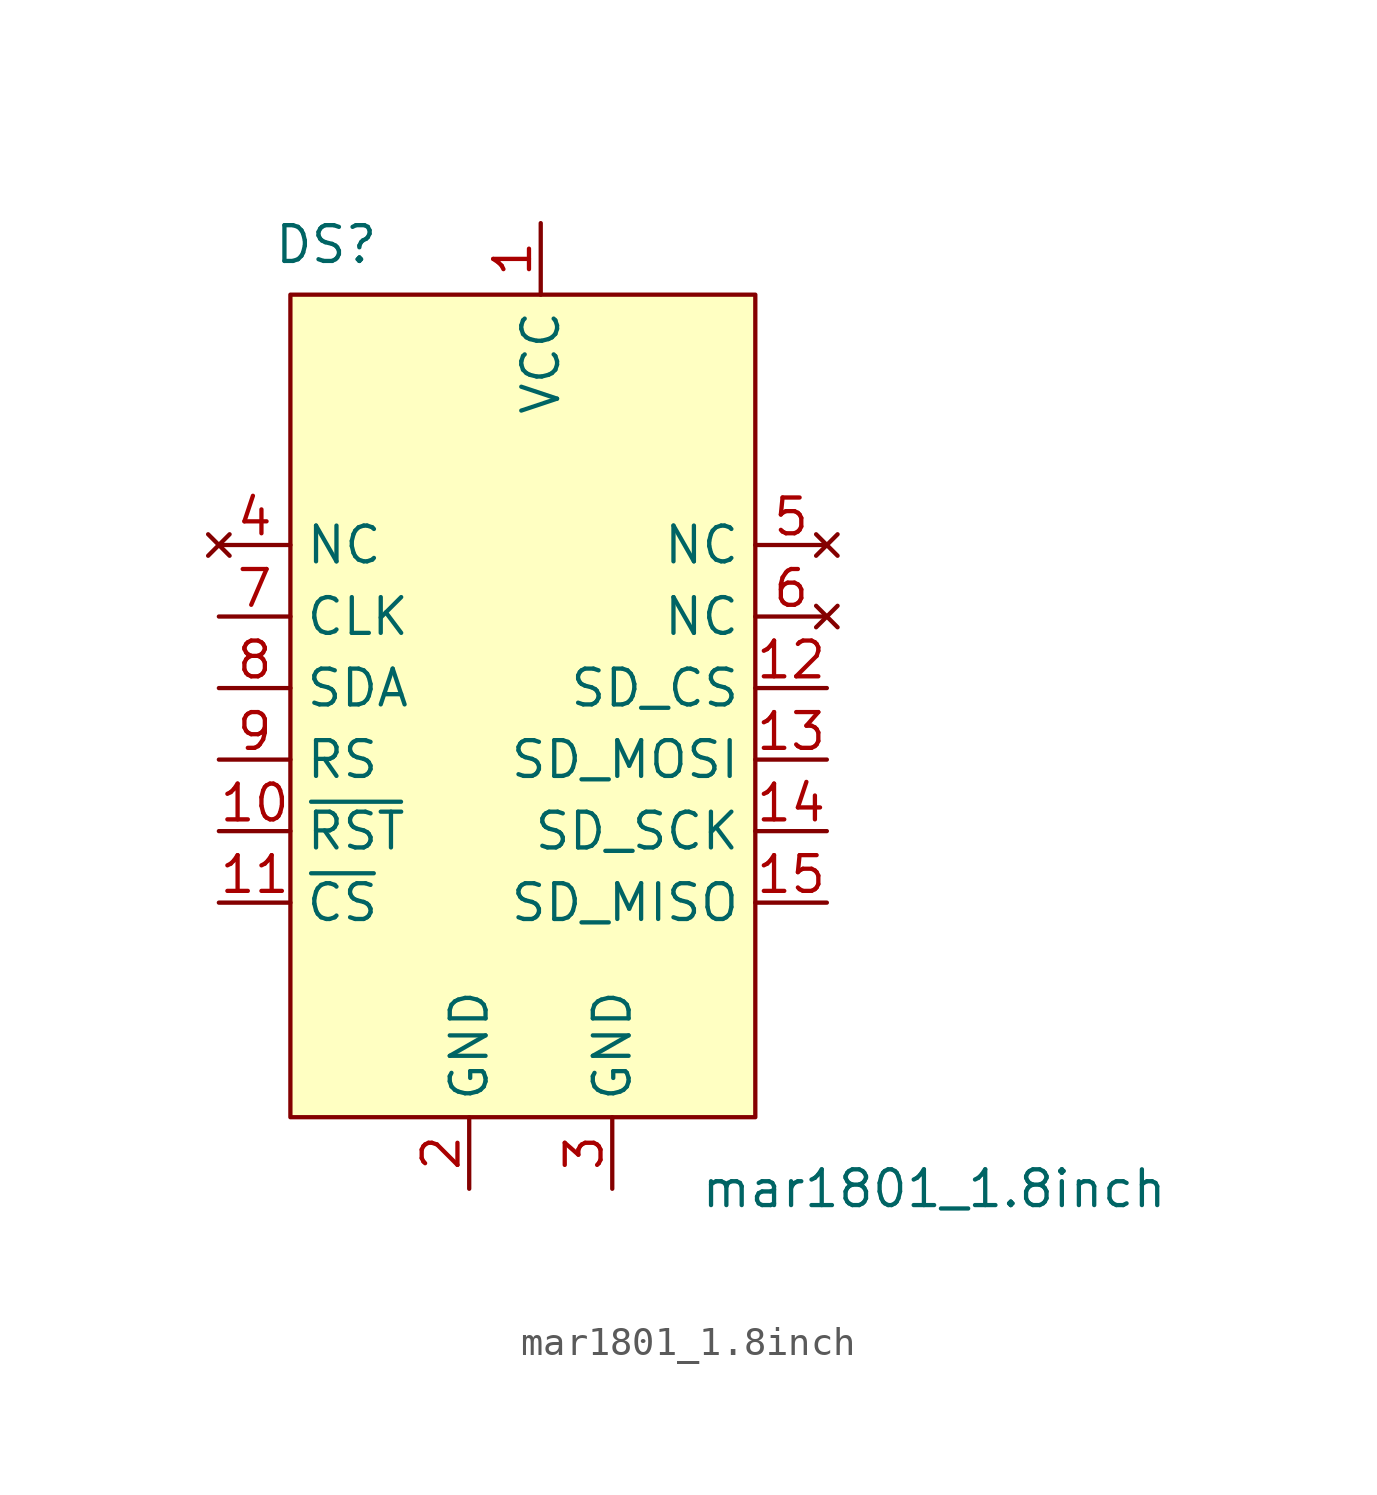
<source format=kicad_sym>
(kicad_symbol_lib
  (version 20231120)
  (generator "kicad_symbol_editor")
  (generator_version "8.0")
  (symbol "mar1801_1.8inch"
    (property "Reference" "DS"
      (at -7.62 17.018 0)
      (effects (font (size 1.27 1.27))))
    (property "Value" "mar1801_1.8inch"
      (at 13.97 -16.51 0)
      (effects (font (size 1.27 1.27))))
    (symbol "mar1801_1.8inch_1_1"
      (rectangle (start -8.89 15.24) (end 7.62 -13.97) (stroke (width 0) (type default)) (fill (type background)))
      (pin power_in line (at 0 17.78 270) (length 2.54) (name "VCC" (effects (font (size 1.27 1.27)))) (number "1" (effects (font (size 1.27 1.27)))))
      (pin bidirectional line (at -11.43 -3.81 0) (length 2.54) (name "~{RST}" (effects (font (size 1.27 1.27)))) (number "10" (effects (font (size 1.27 1.27)))))
      (pin bidirectional line (at -11.43 -6.35 0) (length 2.54) (name "~{CS}" (effects (font (size 1.27 1.27)))) (number "11" (effects (font (size 1.27 1.27)))))
      (pin bidirectional line (at 10.16 1.27 180) (length 2.54) (name "SD_CS" (effects (font (size 1.27 1.27)))) (number "12" (effects (font (size 1.27 1.27)))))
      (pin bidirectional line (at 10.16 -1.27 180) (length 2.54) (name "SD_MOSI" (effects (font (size 1.27 1.27)))) (number "13" (effects (font (size 1.27 1.27)))))
      (pin bidirectional line (at 10.16 -3.81 180) (length 2.54) (name "SD_SCK" (effects (font (size 1.27 1.27)))) (number "14" (effects (font (size 1.27 1.27)))))
      (pin bidirectional line (at 10.16 -6.35 180) (length 2.54) (name "SD_MISO" (effects (font (size 1.27 1.27)))) (number "15" (effects (font (size 1.27 1.27)))))
      (pin power_in line (at -2.54 -16.51 90) (length 2.54) (name "GND" (effects (font (size 1.27 1.27)))) (number "2" (effects (font (size 1.27 1.27)))))
      (pin power_in line (at 2.54 -16.51 90) (length 2.54) (name "GND" (effects (font (size 1.27 1.27)))) (number "3" (effects (font (size 1.27 1.27)))))
      (pin no_connect line (at -11.43 6.35 0) (length 2.54) (name "NC" (effects (font (size 1.27 1.27)))) (number "4" (effects (font (size 1.27 1.27)))))
      (pin no_connect line (at 10.16 6.35 180) (length 2.54) (name "NC" (effects (font (size 1.27 1.27)))) (number "5" (effects (font (size 1.27 1.27)))))
      (pin no_connect line (at 10.16 3.81 180) (length 2.54) (name "NC" (effects (font (size 1.27 1.27)))) (number "6" (effects (font (size 1.27 1.27)))))
      (pin input line (at -11.43 3.81 0) (length 2.54) (name "CLK" (effects (font (size 1.27 1.27)))) (number "7" (effects (font (size 1.27 1.27)))))
      (pin bidirectional line (at -11.43 1.27 0) (length 2.54) (name "SDA" (effects (font (size 1.27 1.27)))) (number "8" (effects (font (size 1.27 1.27)))))
      (pin bidirectional line (at -11.43 -1.27 0) (length 2.54) (name "RS" (effects (font (size 1.27 1.27)))) (number "9" (effects (font (size 1.27 1.27))))))))
</source>
